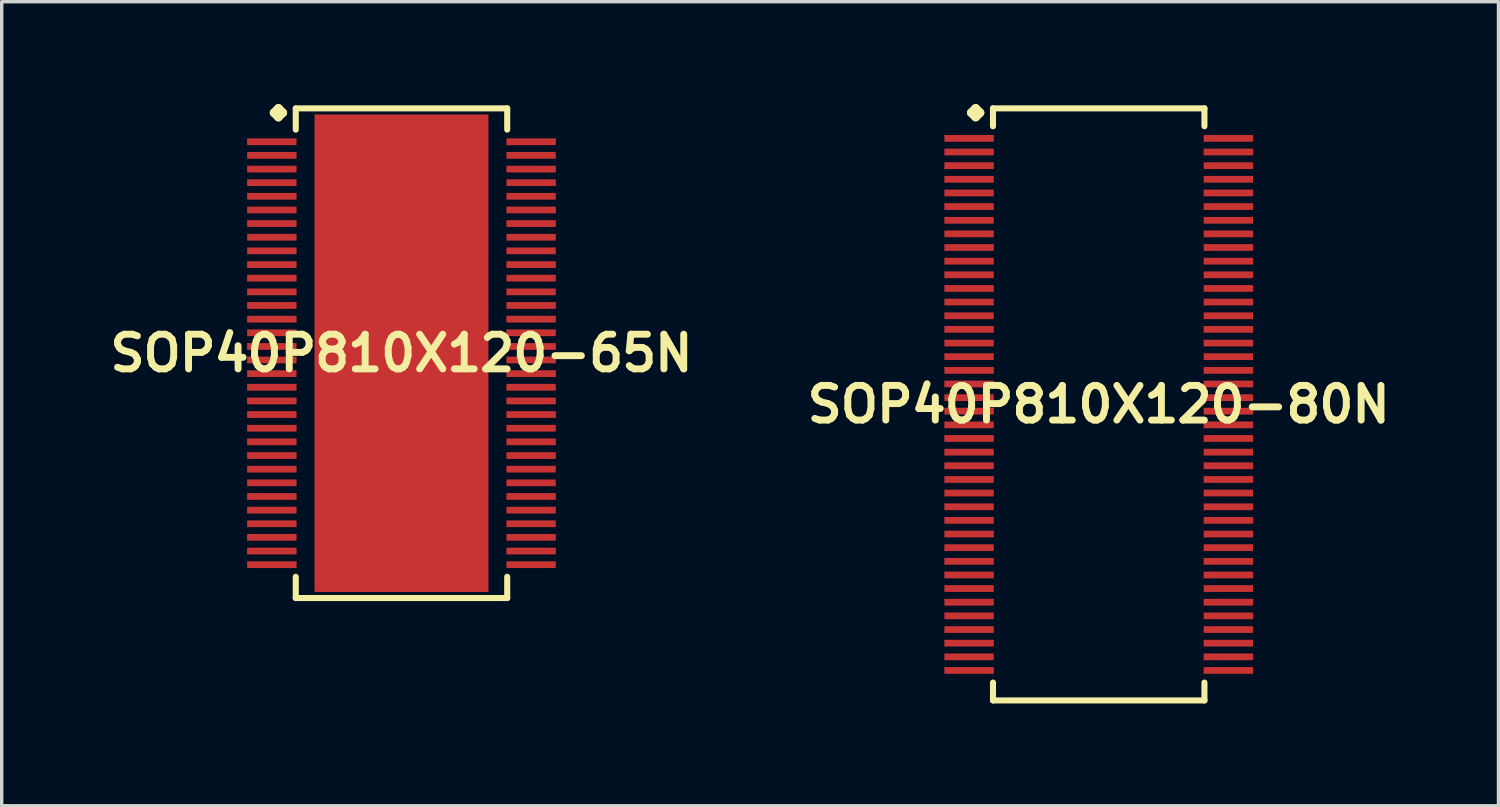
<source format=kicad_pcb>
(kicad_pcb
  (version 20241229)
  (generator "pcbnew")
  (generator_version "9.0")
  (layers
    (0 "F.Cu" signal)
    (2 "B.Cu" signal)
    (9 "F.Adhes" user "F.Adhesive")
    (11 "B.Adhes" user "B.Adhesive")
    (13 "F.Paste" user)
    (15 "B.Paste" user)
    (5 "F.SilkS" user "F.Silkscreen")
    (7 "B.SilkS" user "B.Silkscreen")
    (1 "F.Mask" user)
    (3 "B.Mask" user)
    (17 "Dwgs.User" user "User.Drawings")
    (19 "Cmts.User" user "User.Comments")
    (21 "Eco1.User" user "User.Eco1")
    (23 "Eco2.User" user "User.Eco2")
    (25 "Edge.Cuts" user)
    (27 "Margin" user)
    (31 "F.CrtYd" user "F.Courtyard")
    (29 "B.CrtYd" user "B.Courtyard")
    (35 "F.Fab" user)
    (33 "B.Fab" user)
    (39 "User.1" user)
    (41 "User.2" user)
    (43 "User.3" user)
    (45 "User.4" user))
  (footprint "SOP40P810X120-80N"
    (layer "F.Cu")
    (at 29.155 8.804)
    (property "Reference" "SOP40P810X120-80N" (at 0 0 0) (layer "F.SilkS") (effects (font (size 1.016 1.016) (thickness 0.203))))
    (attr smd)
    (fp_line (start -3.734 -8.55) (end -3.607 -8.677) (stroke (width 0.254) (type solid)) (layer "F.SilkS"))
    (fp_line (start -3.607 -8.677) (end -3.48 -8.55) (stroke (width 0.254) (type solid)) (layer "F.SilkS"))
    (fp_line (start -3.607 -8.423) (end -3.734 -8.55) (stroke (width 0.254) (type solid)) (layer "F.SilkS"))
    (fp_line (start -3.48 -8.55) (end -3.607 -8.423) (stroke (width 0.254) (type solid)) (layer "F.SilkS"))
    (fp_line (start -3.099 -8.677) (end 3.099 -8.677) (stroke (width 0.178) (type solid)) (layer "F.SilkS"))
    (fp_line (start -3.099 -8.153) (end -3.099 -8.677) (stroke (width 0.178) (type solid)) (layer "F.SilkS"))
    (fp_line (start -3.099 8.153) (end -3.099 8.677) (stroke (width 0.178) (type solid)) (layer "F.SilkS"))
    (fp_line (start -3.099 8.677) (end 3.099 8.677) (stroke (width 0.178) (type solid)) (layer "F.SilkS"))
    (fp_line (start 3.099 -8.677) (end 3.099 -8.153) (stroke (width 0.178) (type solid)) (layer "F.SilkS"))
    (fp_line (start 3.099 8.677) (end 3.099 8.153) (stroke (width 0.178) (type solid)) (layer "F.SilkS"))
    (pad "1" smd rect (at -3.8 -7.798) (size 1.448 0.198) (layers "F.Cu" "F.Mask" "F.Paste"))
    (pad "2" smd rect (at -3.8 -7.399) (size 1.448 0.198) (layers "F.Cu" "F.Mask" "F.Paste"))
    (pad "3" smd rect (at -3.8 -6.998) (size 1.448 0.198) (layers "F.Cu" "F.Mask" "F.Paste"))
    (pad "4" smd rect (at -3.8 -6.599) (size 1.448 0.198) (layers "F.Cu" "F.Mask" "F.Paste"))
    (pad "5" smd rect (at -3.8 -6.198) (size 1.448 0.198) (layers "F.Cu" "F.Mask" "F.Paste"))
    (pad "6" smd rect (at -3.8 -5.799) (size 1.448 0.198) (layers "F.Cu" "F.Mask" "F.Paste"))
    (pad "7" smd rect (at -3.8 -5.397) (size 1.448 0.198) (layers "F.Cu" "F.Mask" "F.Paste"))
    (pad "8" smd rect (at -3.8 -4.999) (size 1.448 0.198) (layers "F.Cu" "F.Mask" "F.Paste"))
    (pad "9" smd rect (at -3.8 -4.6) (size 1.448 0.198) (layers "F.Cu" "F.Mask" "F.Paste"))
    (pad "10" smd rect (at -3.8 -4.199) (size 1.448 0.198) (layers "F.Cu" "F.Mask" "F.Paste"))
    (pad "11" smd rect (at -3.8 -3.8) (size 1.448 0.198) (layers "F.Cu" "F.Mask" "F.Paste"))
    (pad "12" smd rect (at -3.8 -3.399) (size 1.448 0.198) (layers "F.Cu" "F.Mask" "F.Paste"))
    (pad "13" smd rect (at -3.8 -3) (size 1.448 0.198) (layers "F.Cu" "F.Mask" "F.Paste"))
    (pad "14" smd rect (at -3.8 -2.598) (size 1.448 0.198) (layers "F.Cu" "F.Mask" "F.Paste"))
    (pad "15" smd rect (at -3.8 -2.2) (size 1.448 0.198) (layers "F.Cu" "F.Mask" "F.Paste"))
    (pad "16" smd rect (at -3.8 -1.798) (size 1.448 0.198) (layers "F.Cu" "F.Mask" "F.Paste"))
    (pad "17" smd rect (at -3.8 -1.4) (size 1.448 0.198) (layers "F.Cu" "F.Mask" "F.Paste"))
    (pad "18" smd rect (at -3.8 -0.998) (size 1.448 0.198) (layers "F.Cu" "F.Mask" "F.Paste"))
    (pad "19" smd rect (at -3.8 -0.599) (size 1.448 0.198) (layers "F.Cu" "F.Mask" "F.Paste"))
    (pad "20" smd rect (at -3.8 -0.198) (size 1.448 0.198) (layers "F.Cu" "F.Mask" "F.Paste"))
    (pad "21" smd rect (at -3.8 0.198) (size 1.448 0.198) (layers "F.Cu" "F.Mask" "F.Paste"))
    (pad "22" smd rect (at -3.8 0.599) (size 1.448 0.198) (layers "F.Cu" "F.Mask" "F.Paste"))
    (pad "23" smd rect (at -3.8 0.998) (size 1.448 0.198) (layers "F.Cu" "F.Mask" "F.Paste"))
    (pad "24" smd rect (at -3.8 1.4) (size 1.448 0.198) (layers "F.Cu" "F.Mask" "F.Paste"))
    (pad "25" smd rect (at -3.8 1.798) (size 1.448 0.198) (layers "F.Cu" "F.Mask" "F.Paste"))
    (pad "26" smd rect (at -3.8 2.2) (size 1.448 0.198) (layers "F.Cu" "F.Mask" "F.Paste"))
    (pad "27" smd rect (at -3.8 2.598) (size 1.448 0.198) (layers "F.Cu" "F.Mask" "F.Paste"))
    (pad "28" smd rect (at -3.8 3) (size 1.448 0.198) (layers "F.Cu" "F.Mask" "F.Paste"))
    (pad "29" smd rect (at -3.8 3.399) (size 1.448 0.198) (layers "F.Cu" "F.Mask" "F.Paste"))
    (pad "30" smd rect (at -3.8 3.8) (size 1.448 0.198) (layers "F.Cu" "F.Mask" "F.Paste"))
    (pad "31" smd rect (at -3.8 4.199) (size 1.448 0.198) (layers "F.Cu" "F.Mask" "F.Paste"))
    (pad "32" smd rect (at -3.8 4.6) (size 1.448 0.198) (layers "F.Cu" "F.Mask" "F.Paste"))
    (pad "33" smd rect (at -3.8 4.999) (size 1.448 0.198) (layers "F.Cu" "F.Mask" "F.Paste"))
    (pad "34" smd rect (at -3.8 5.397) (size 1.448 0.198) (layers "F.Cu" "F.Mask" "F.Paste"))
    (pad "35" smd rect (at -3.8 5.799) (size 1.448 0.198) (layers "F.Cu" "F.Mask" "F.Paste"))
    (pad "36" smd rect (at -3.8 6.198) (size 1.448 0.198) (layers "F.Cu" "F.Mask" "F.Paste"))
    (pad "37" smd rect (at -3.8 6.599) (size 1.448 0.198) (layers "F.Cu" "F.Mask" "F.Paste"))
    (pad "38" smd rect (at -3.8 6.998) (size 1.448 0.198) (layers "F.Cu" "F.Mask" "F.Paste"))
    (pad "39" smd rect (at -3.8 7.399) (size 1.448 0.198) (layers "F.Cu" "F.Mask" "F.Paste"))
    (pad "40" smd rect (at -3.8 7.798) (size 1.448 0.198) (layers "F.Cu" "F.Mask" "F.Paste"))
    (pad "41" smd rect (at 3.8 7.798) (size 1.448 0.198) (layers "F.Cu" "F.Mask" "F.Paste"))
    (pad "42" smd rect (at 3.8 7.399) (size 1.448 0.198) (layers "F.Cu" "F.Mask" "F.Paste"))
    (pad "43" smd rect (at 3.8 6.998) (size 1.448 0.198) (layers "F.Cu" "F.Mask" "F.Paste"))
    (pad "44" smd rect (at 3.8 6.599) (size 1.448 0.198) (layers "F.Cu" "F.Mask" "F.Paste"))
    (pad "45" smd rect (at 3.8 6.198) (size 1.448 0.198) (layers "F.Cu" "F.Mask" "F.Paste"))
    (pad "46" smd rect (at 3.8 5.799) (size 1.448 0.198) (layers "F.Cu" "F.Mask" "F.Paste"))
    (pad "47" smd rect (at 3.8 5.397) (size 1.448 0.198) (layers "F.Cu" "F.Mask" "F.Paste"))
    (pad "48" smd rect (at 3.8 4.999) (size 1.448 0.198) (layers "F.Cu" "F.Mask" "F.Paste"))
    (pad "49" smd rect (at 3.8 4.6) (size 1.448 0.198) (layers "F.Cu" "F.Mask" "F.Paste"))
    (pad "50" smd rect (at 3.8 4.199) (size 1.448 0.198) (layers "F.Cu" "F.Mask" "F.Paste"))
    (pad "51" smd rect (at 3.8 3.8) (size 1.448 0.198) (layers "F.Cu" "F.Mask" "F.Paste"))
    (pad "52" smd rect (at 3.8 3.399) (size 1.448 0.198) (layers "F.Cu" "F.Mask" "F.Paste"))
    (pad "53" smd rect (at 3.8 3) (size 1.448 0.198) (layers "F.Cu" "F.Mask" "F.Paste"))
    (pad "54" smd rect (at 3.8 2.598) (size 1.448 0.198) (layers "F.Cu" "F.Mask" "F.Paste"))
    (pad "55" smd rect (at 3.8 2.2) (size 1.448 0.198) (layers "F.Cu" "F.Mask" "F.Paste"))
    (pad "56" smd rect (at 3.8 1.798) (size 1.448 0.198) (layers "F.Cu" "F.Mask" "F.Paste"))
    (pad "57" smd rect (at 3.8 1.4) (size 1.448 0.198) (layers "F.Cu" "F.Mask" "F.Paste"))
    (pad "58" smd rect (at 3.8 0.998) (size 1.448 0.198) (layers "F.Cu" "F.Mask" "F.Paste"))
    (pad "59" smd rect (at 3.8 0.599) (size 1.448 0.198) (layers "F.Cu" "F.Mask" "F.Paste"))
    (pad "60" smd rect (at 3.8 0.198) (size 1.448 0.198) (layers "F.Cu" "F.Mask" "F.Paste"))
    (pad "61" smd rect (at 3.8 -0.198) (size 1.448 0.198) (layers "F.Cu" "F.Mask" "F.Paste"))
    (pad "62" smd rect (at 3.8 -0.599) (size 1.448 0.198) (layers "F.Cu" "F.Mask" "F.Paste"))
    (pad "63" smd rect (at 3.8 -0.998) (size 1.448 0.198) (layers "F.Cu" "F.Mask" "F.Paste"))
    (pad "64" smd rect (at 3.8 -1.4) (size 1.448 0.198) (layers "F.Cu" "F.Mask" "F.Paste"))
    (pad "65" smd rect (at 3.8 -1.798) (size 1.448 0.198) (layers "F.Cu" "F.Mask" "F.Paste"))
    (pad "66" smd rect (at 3.8 -2.2) (size 1.448 0.198) (layers "F.Cu" "F.Mask" "F.Paste"))
    (pad "67" smd rect (at 3.8 -2.598) (size 1.448 0.198) (layers "F.Cu" "F.Mask" "F.Paste"))
    (pad "68" smd rect (at 3.8 -3) (size 1.448 0.198) (layers "F.Cu" "F.Mask" "F.Paste"))
    (pad "69" smd rect (at 3.8 -3.399) (size 1.448 0.198) (layers "F.Cu" "F.Mask" "F.Paste"))
    (pad "70" smd rect (at 3.8 -3.8) (size 1.448 0.198) (layers "F.Cu" "F.Mask" "F.Paste"))
    (pad "71" smd rect (at 3.8 -4.199) (size 1.448 0.198) (layers "F.Cu" "F.Mask" "F.Paste"))
    (pad "72" smd rect (at 3.8 -4.6) (size 1.448 0.198) (layers "F.Cu" "F.Mask" "F.Paste"))
    (pad "73" smd rect (at 3.8 -4.999) (size 1.448 0.198) (layers "F.Cu" "F.Mask" "F.Paste"))
    (pad "74" smd rect (at 3.8 -5.397) (size 1.448 0.198) (layers "F.Cu" "F.Mask" "F.Paste"))
    (pad "75" smd rect (at 3.8 -5.799) (size 1.448 0.198) (layers "F.Cu" "F.Mask" "F.Paste"))
    (pad "76" smd rect (at 3.8 -6.198) (size 1.448 0.198) (layers "F.Cu" "F.Mask" "F.Paste"))
    (pad "77" smd rect (at 3.8 -6.599) (size 1.448 0.198) (layers "F.Cu" "F.Mask" "F.Paste"))
    (pad "78" smd rect (at 3.8 -6.998) (size 1.448 0.198) (layers "F.Cu" "F.Mask" "F.Paste"))
    (pad "79" smd rect (at 3.8 -7.399) (size 1.448 0.198) (layers "F.Cu" "F.Mask" "F.Paste"))
    (pad "80" smd rect (at 3.8 -7.798) (size 1.448 0.198) (layers "F.Cu" "F.Mask" "F.Paste")))
  (footprint "SOP40P810X120-65N"
    (layer "F.Cu")
    (at 8.718 7.303)
    (property "Reference" "SOP40P810X120-65N" (at 0 0 0) (layer "F.SilkS") (effects (font (size 1.016 1.016) (thickness 0.203))))
    (attr smd)
    (fp_line (start -3.734 -7.048) (end -3.607 -7.176) (stroke (width 0.254) (type solid)) (layer "F.SilkS"))
    (fp_line (start -3.607 -7.176) (end -3.48 -7.048) (stroke (width 0.254) (type solid)) (layer "F.SilkS"))
    (fp_line (start -3.607 -6.921) (end -3.734 -7.048) (stroke (width 0.254) (type solid)) (layer "F.SilkS"))
    (fp_line (start -3.48 -7.048) (end -3.607 -6.921) (stroke (width 0.254) (type solid)) (layer "F.SilkS"))
    (fp_line (start -3.099 -7.176) (end 3.099 -7.176) (stroke (width 0.178) (type solid)) (layer "F.SilkS"))
    (fp_line (start -3.099 -6.553) (end -3.099 -7.176) (stroke (width 0.178) (type solid)) (layer "F.SilkS"))
    (fp_line (start -3.099 6.553) (end -3.099 7.176) (stroke (width 0.178) (type solid)) (layer "F.SilkS"))
    (fp_line (start -3.099 7.176) (end 3.099 7.176) (stroke (width 0.178) (type solid)) (layer "F.SilkS"))
    (fp_line (start 3.099 -7.176) (end 3.099 -6.553) (stroke (width 0.178) (type solid)) (layer "F.SilkS"))
    (fp_line (start 3.099 7.176) (end 3.099 6.553) (stroke (width 0.178) (type solid)) (layer "F.SilkS"))
    (pad "1" smd rect (at -3.8 -6.198) (size 1.448 0.198) (layers "F.Cu" "F.Mask" "F.Paste"))
    (pad "2" smd rect (at -3.8 -5.799) (size 1.448 0.198) (layers "F.Cu" "F.Mask" "F.Paste"))
    (pad "3" smd rect (at -3.8 -5.397) (size 1.448 0.198) (layers "F.Cu" "F.Mask" "F.Paste"))
    (pad "4" smd rect (at -3.8 -4.999) (size 1.448 0.198) (layers "F.Cu" "F.Mask" "F.Paste"))
    (pad "5" smd rect (at -3.8 -4.6) (size 1.448 0.198) (layers "F.Cu" "F.Mask" "F.Paste"))
    (pad "6" smd rect (at -3.8 -4.199) (size 1.448 0.198) (layers "F.Cu" "F.Mask" "F.Paste"))
    (pad "7" smd rect (at -3.8 -3.8) (size 1.448 0.198) (layers "F.Cu" "F.Mask" "F.Paste"))
    (pad "8" smd rect (at -3.8 -3.399) (size 1.448 0.198) (layers "F.Cu" "F.Mask" "F.Paste"))
    (pad "9" smd rect (at -3.8 -3) (size 1.448 0.198) (layers "F.Cu" "F.Mask" "F.Paste"))
    (pad "10" smd rect (at -3.8 -2.598) (size 1.448 0.198) (layers "F.Cu" "F.Mask" "F.Paste"))
    (pad "11" smd rect (at -3.8 -2.2) (size 1.448 0.198) (layers "F.Cu" "F.Mask" "F.Paste"))
    (pad "12" smd rect (at -3.8 -1.798) (size 1.448 0.198) (layers "F.Cu" "F.Mask" "F.Paste"))
    (pad "13" smd rect (at -3.8 -1.4) (size 1.448 0.198) (layers "F.Cu" "F.Mask" "F.Paste"))
    (pad "14" smd rect (at -3.8 -0.998) (size 1.448 0.198) (layers "F.Cu" "F.Mask" "F.Paste"))
    (pad "15" smd rect (at -3.8 -0.599) (size 1.448 0.198) (layers "F.Cu" "F.Mask" "F.Paste"))
    (pad "16" smd rect (at -3.8 -0.198) (size 1.448 0.198) (layers "F.Cu" "F.Mask" "F.Paste"))
    (pad "17" smd rect (at -3.8 0.198) (size 1.448 0.198) (layers "F.Cu" "F.Mask" "F.Paste"))
    (pad "18" smd rect (at -3.8 0.599) (size 1.448 0.198) (layers "F.Cu" "F.Mask" "F.Paste"))
    (pad "19" smd rect (at -3.8 0.998) (size 1.448 0.198) (layers "F.Cu" "F.Mask" "F.Paste"))
    (pad "20" smd rect (at -3.8 1.4) (size 1.448 0.198) (layers "F.Cu" "F.Mask" "F.Paste"))
    (pad "21" smd rect (at -3.8 1.798) (size 1.448 0.198) (layers "F.Cu" "F.Mask" "F.Paste"))
    (pad "22" smd rect (at -3.8 2.2) (size 1.448 0.198) (layers "F.Cu" "F.Mask" "F.Paste"))
    (pad "23" smd rect (at -3.8 2.598) (size 1.448 0.198) (layers "F.Cu" "F.Mask" "F.Paste"))
    (pad "24" smd rect (at -3.8 3) (size 1.448 0.198) (layers "F.Cu" "F.Mask" "F.Paste"))
    (pad "25" smd rect (at -3.8 3.399) (size 1.448 0.198) (layers "F.Cu" "F.Mask" "F.Paste"))
    (pad "26" smd rect (at -3.8 3.8) (size 1.448 0.198) (layers "F.Cu" "F.Mask" "F.Paste"))
    (pad "27" smd rect (at -3.8 4.199) (size 1.448 0.198) (layers "F.Cu" "F.Mask" "F.Paste"))
    (pad "28" smd rect (at -3.8 4.6) (size 1.448 0.198) (layers "F.Cu" "F.Mask" "F.Paste"))
    (pad "29" smd rect (at -3.8 4.999) (size 1.448 0.198) (layers "F.Cu" "F.Mask" "F.Paste"))
    (pad "30" smd rect (at -3.8 5.397) (size 1.448 0.198) (layers "F.Cu" "F.Mask" "F.Paste"))
    (pad "31" smd rect (at -3.8 5.799) (size 1.448 0.198) (layers "F.Cu" "F.Mask" "F.Paste"))
    (pad "32" smd rect (at -3.8 6.198) (size 1.448 0.198) (layers "F.Cu" "F.Mask" "F.Paste"))
    (pad "33" smd rect (at 3.8 6.198) (size 1.448 0.198) (layers "F.Cu" "F.Mask" "F.Paste"))
    (pad "34" smd rect (at 3.8 5.799) (size 1.448 0.198) (layers "F.Cu" "F.Mask" "F.Paste"))
    (pad "35" smd rect (at 3.8 5.397) (size 1.448 0.198) (layers "F.Cu" "F.Mask" "F.Paste"))
    (pad "36" smd rect (at 3.8 4.999) (size 1.448 0.198) (layers "F.Cu" "F.Mask" "F.Paste"))
    (pad "37" smd rect (at 3.8 4.6) (size 1.448 0.198) (layers "F.Cu" "F.Mask" "F.Paste"))
    (pad "38" smd rect (at 3.8 4.199) (size 1.448 0.198) (layers "F.Cu" "F.Mask" "F.Paste"))
    (pad "39" smd rect (at 3.8 3.8) (size 1.448 0.198) (layers "F.Cu" "F.Mask" "F.Paste"))
    (pad "40" smd rect (at 3.8 3.399) (size 1.448 0.198) (layers "F.Cu" "F.Mask" "F.Paste"))
    (pad "41" smd rect (at 3.8 3) (size 1.448 0.198) (layers "F.Cu" "F.Mask" "F.Paste"))
    (pad "42" smd rect (at 3.8 2.598) (size 1.448 0.198) (layers "F.Cu" "F.Mask" "F.Paste"))
    (pad "43" smd rect (at 3.8 2.2) (size 1.448 0.198) (layers "F.Cu" "F.Mask" "F.Paste"))
    (pad "44" smd rect (at 3.8 1.798) (size 1.448 0.198) (layers "F.Cu" "F.Mask" "F.Paste"))
    (pad "45" smd rect (at 3.8 1.4) (size 1.448 0.198) (layers "F.Cu" "F.Mask" "F.Paste"))
    (pad "46" smd rect (at 3.8 0.998) (size 1.448 0.198) (layers "F.Cu" "F.Mask" "F.Paste"))
    (pad "47" smd rect (at 3.8 0.599) (size 1.448 0.198) (layers "F.Cu" "F.Mask" "F.Paste"))
    (pad "48" smd rect (at 3.8 0.198) (size 1.448 0.198) (layers "F.Cu" "F.Mask" "F.Paste"))
    (pad "49" smd rect (at 3.8 -0.198) (size 1.448 0.198) (layers "F.Cu" "F.Mask" "F.Paste"))
    (pad "50" smd rect (at 3.8 -0.599) (size 1.448 0.198) (layers "F.Cu" "F.Mask" "F.Paste"))
    (pad "51" smd rect (at 3.8 -0.998) (size 1.448 0.198) (layers "F.Cu" "F.Mask" "F.Paste"))
    (pad "52" smd rect (at 3.8 -1.4) (size 1.448 0.198) (layers "F.Cu" "F.Mask" "F.Paste"))
    (pad "53" smd rect (at 3.8 -1.798) (size 1.448 0.198) (layers "F.Cu" "F.Mask" "F.Paste"))
    (pad "54" smd rect (at 3.8 -2.2) (size 1.448 0.198) (layers "F.Cu" "F.Mask" "F.Paste"))
    (pad "55" smd rect (at 3.8 -2.598) (size 1.448 0.198) (layers "F.Cu" "F.Mask" "F.Paste"))
    (pad "56" smd rect (at 3.8 -3) (size 1.448 0.198) (layers "F.Cu" "F.Mask" "F.Paste"))
    (pad "57" smd rect (at 3.8 -3.399) (size 1.448 0.198) (layers "F.Cu" "F.Mask" "F.Paste"))
    (pad "58" smd rect (at 3.8 -3.8) (size 1.448 0.198) (layers "F.Cu" "F.Mask" "F.Paste"))
    (pad "59" smd rect (at 3.8 -4.199) (size 1.448 0.198) (layers "F.Cu" "F.Mask" "F.Paste"))
    (pad "60" smd rect (at 3.8 -4.6) (size 1.448 0.198) (layers "F.Cu" "F.Mask" "F.Paste"))
    (pad "61" smd rect (at 3.8 -4.999) (size 1.448 0.198) (layers "F.Cu" "F.Mask" "F.Paste"))
    (pad "62" smd rect (at 3.8 -5.397) (size 1.448 0.198) (layers "F.Cu" "F.Mask" "F.Paste"))
    (pad "63" smd rect (at 3.8 -5.799) (size 1.448 0.198) (layers "F.Cu" "F.Mask" "F.Paste"))
    (pad "64" smd rect (at 3.8 -6.198) (size 1.448 0.198) (layers "F.Cu" "F.Mask" "F.Paste"))
    (pad "65" smd rect (at 0 0) (size 5.098 13.998) (layers "F.Cu" "F.Mask" "F.Paste")))
  (gr_rect
    (start -3 -3)
    (end 40.873 20.569)
    (stroke (width 0.1) (type default))
    (fill no)
    (layer "Edge.Cuts")))
</source>
